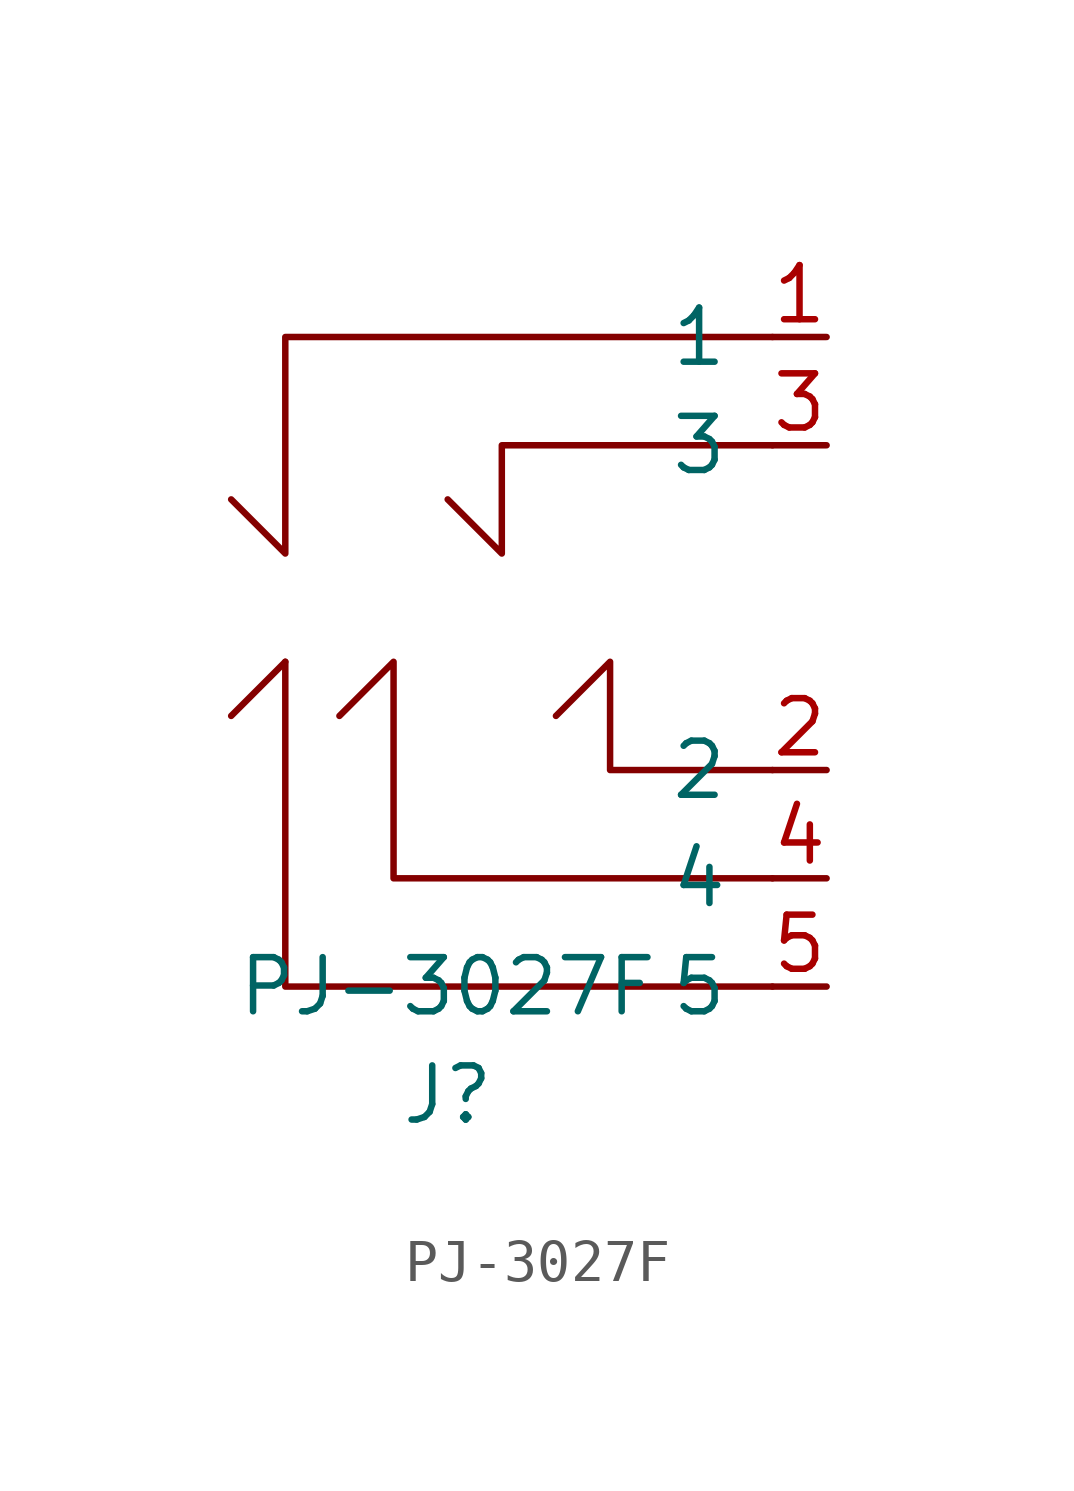
<source format=kicad_sym>
(kicad_symbol_lib
  (version 20241209)
  (generator "kicad_symbol_editor")
  (generator_version "9.0")
  (symbol "PJ-3027F"
    (pin_names
      (offset 1.016))
    (property "Reference" "J"
      (at 0 -10.16 0)
      (effects (font (size 1.27 1.27))))
    (property "Value" "PJ-3027F"
      (at 0 -7.62 0)
      (effects (font (size 1.27 1.27))))
    (symbol "PJ-3027F_0_1"
      (polyline (pts (xy -5.08 3.81) (xy -3.81 2.54) (xy -3.81 7.62) (xy 7.62 7.62)) (stroke (width 0) (type solid)) (fill (type none)))
      (polyline (pts (xy -3.81 0) (xy -5.08 -1.27)) (stroke (width 0) (type solid)) (fill (type none)))
      (polyline (pts (xy -3.81 0) (xy -3.81 -7.62) (xy 7.62 -7.62)) (stroke (width 0) (type solid)) (fill (type none)))
      (polyline (pts (xy 7.62 5.08) (xy 1.27 5.08) (xy 1.27 2.54) (xy 0 3.81)) (stroke (width 0) (type solid)) (fill (type none)))
      (polyline (pts (xy 7.62 -2.54) (xy 3.81 -2.54) (xy 3.81 0) (xy 2.54 -1.27)) (stroke (width 0) (type solid)) (fill (type none)))
      (polyline (pts (xy 7.62 -5.08) (xy -1.27 -5.08) (xy -1.27 0) (xy -2.54 -1.27)) (stroke (width 0) (type solid)) (fill (type none))))
    (symbol "PJ-3027F_1_1"
      (pin passive line (at 8.89 7.62 180) (length 1.27) (name "1" (effects (font (size 1.27 1.27)))) (number "1" (effects (font (size 1.27 1.27)))))
      (pin passive line (at 8.89 5.08 180) (length 1.27) (name "3" (effects (font (size 1.27 1.27)))) (number "3" (effects (font (size 1.27 1.27)))))
      (pin passive line (at 8.89 -2.54 180) (length 1.27) (name "2" (effects (font (size 1.27 1.27)))) (number "2" (effects (font (size 1.27 1.27)))))
      (pin passive line (at 8.89 -5.08 180) (length 1.27) (name "4" (effects (font (size 1.27 1.27)))) (number "4" (effects (font (size 1.27 1.27)))))
      (pin passive line (at 8.89 -7.62 180) (length 1.27) (name "5" (effects (font (size 1.27 1.27)))) (number "5" (effects (font (size 1.27 1.27))))))))
</source>
